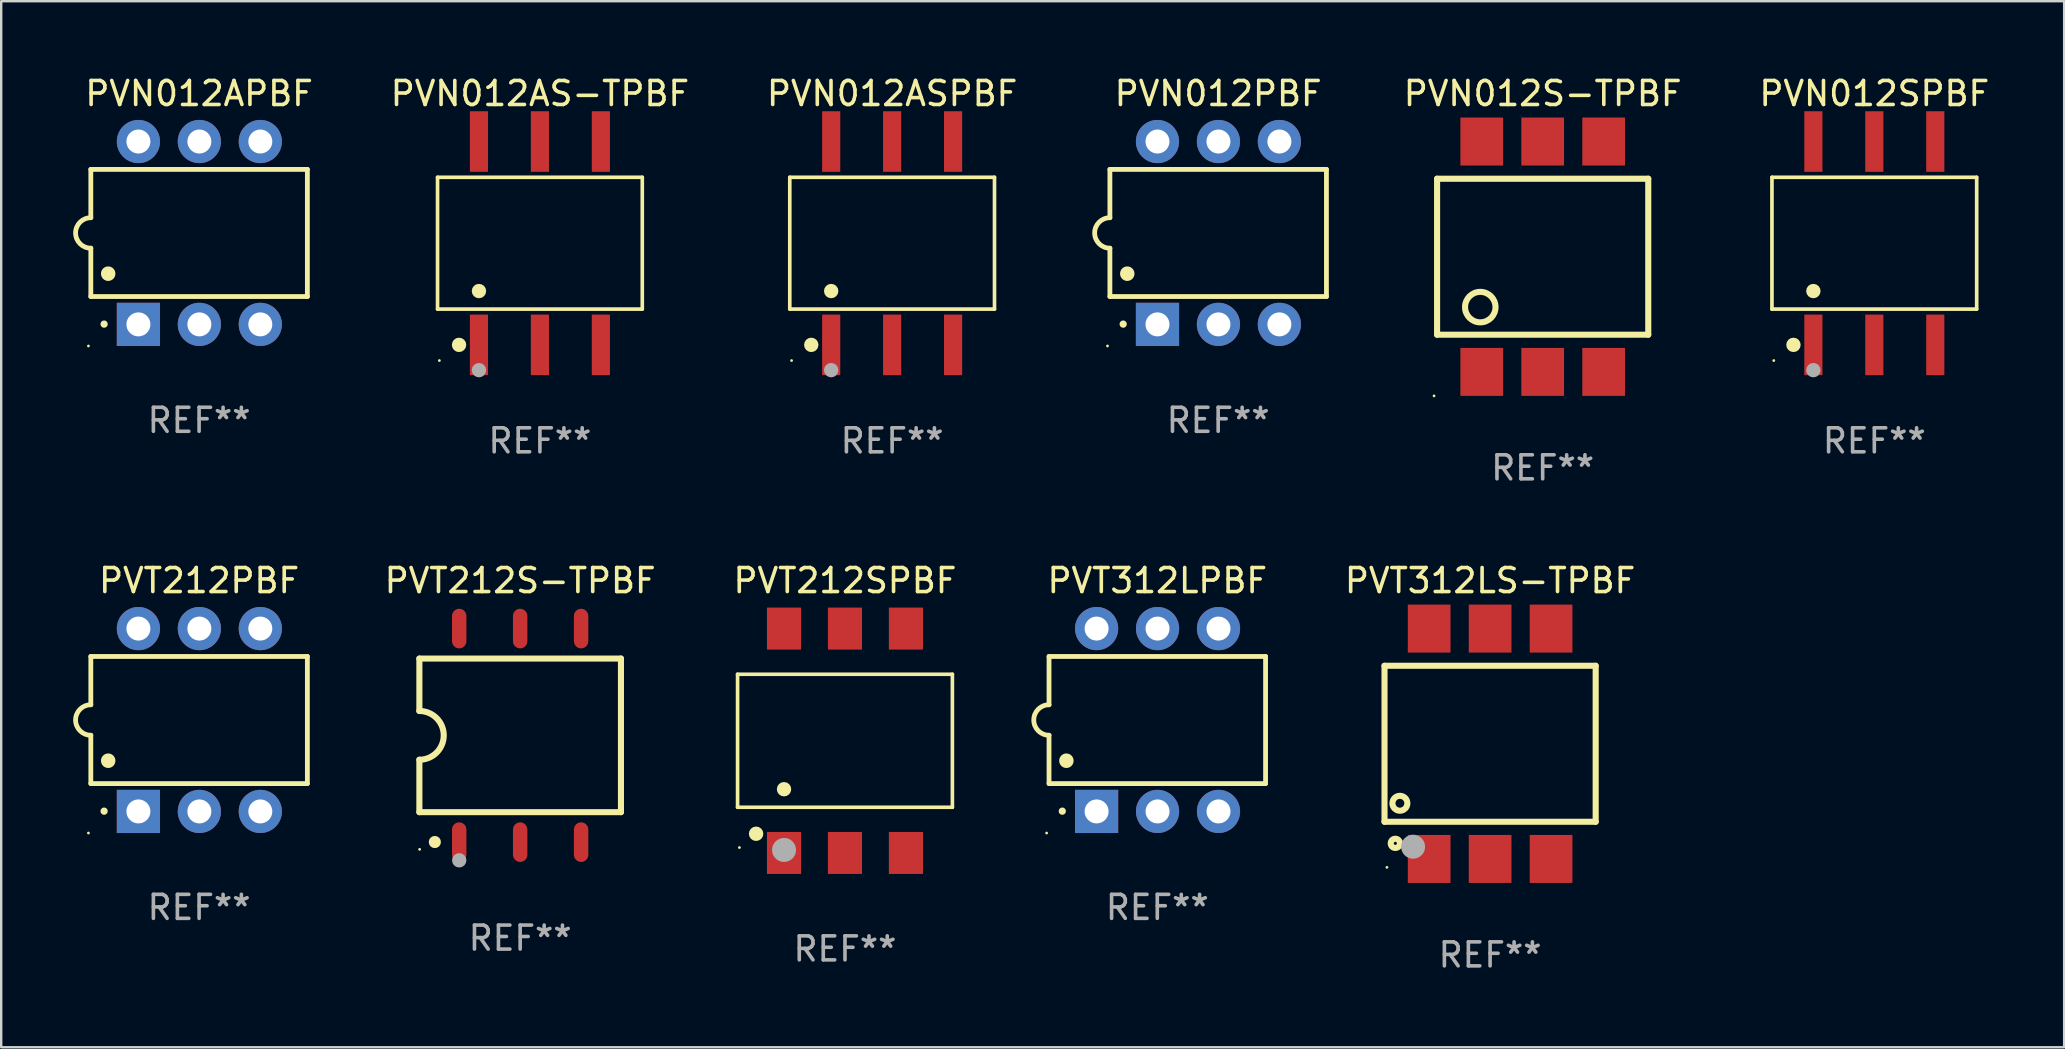
<source format=kicad_pcb>
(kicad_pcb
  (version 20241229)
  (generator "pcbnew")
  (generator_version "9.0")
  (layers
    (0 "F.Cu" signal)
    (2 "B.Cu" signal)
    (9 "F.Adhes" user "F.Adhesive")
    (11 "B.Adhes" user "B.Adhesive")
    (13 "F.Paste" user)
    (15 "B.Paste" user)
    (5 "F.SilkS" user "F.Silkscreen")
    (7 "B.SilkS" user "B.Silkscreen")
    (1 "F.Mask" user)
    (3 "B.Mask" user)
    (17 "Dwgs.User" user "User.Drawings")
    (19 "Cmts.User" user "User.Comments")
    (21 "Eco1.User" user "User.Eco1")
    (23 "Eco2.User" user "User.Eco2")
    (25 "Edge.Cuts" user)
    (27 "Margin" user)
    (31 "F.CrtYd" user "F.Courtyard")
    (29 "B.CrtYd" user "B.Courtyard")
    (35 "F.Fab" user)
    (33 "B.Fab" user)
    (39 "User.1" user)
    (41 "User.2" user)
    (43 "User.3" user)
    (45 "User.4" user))
  (footprint "PVN012PBF"
    (layer "F.Cu")
    (at 47.715 6.658)
    (property "Reference" "PVN012PBF" (at 0 -5.81 0) (layer "F.SilkS") (effects (font (size 1 1) (thickness 0.15))))
    (attr through_hole)
    (fp_line (start -4.512 -2.649) (end 4.512 -2.649) (stroke (width 0.2) (type solid)) (layer "F.SilkS"))
    (fp_line (start -4.512 -0.635) (end -4.512 -2.649) (stroke (width 0.2) (type solid)) (layer "F.SilkS"))
    (fp_line (start -4.512 2.649) (end -4.512 0.635) (stroke (width 0.2) (type solid)) (layer "F.SilkS"))
    (fp_line (start 4.512 -2.649) (end 4.512 2.649) (stroke (width 0.2) (type solid)) (layer "F.SilkS"))
    (fp_line (start 4.512 2.649) (end -4.512 2.649) (stroke (width 0.2) (type solid)) (layer "F.SilkS"))
    (fp_arc (start -4.512319 0.635001) (mid -5.14732 0) (end -4.512319 -0.635001) (stroke (width 0.2) (type solid)) (layer "F.SilkS"))
    (fp_arc (start -3.958598 3.799848) (mid -3.958603 3.798578) (end -3.958598 3.797308) (stroke (width 0.3) (type solid)) (layer "F.SilkS"))
    (fp_arc (start -3.788418 1.699263) (mid -3.788429 1.696723) (end -3.788418 1.694183) (stroke (width 0.6) (type solid)) (layer "F.SilkS"))
    (fp_circle (center -4.612 4.71) (end -4.582 4.71) (stroke (width 0.06) (type solid)) (fill no) (layer "F.SilkS"))
    (fp_text user "REF**" (at 0 7.81 0) (layer "F.Fab") (effects (font (size 1 1) (thickness 0.15))))
    (pad "1" thru_hole rect (at -2.529 3.81 90) (size 1.8 1.8) (drill 1) (layers "*.Cu" "*.Mask"))
    (pad "2" thru_hole circle (at 0.011 3.81) (size 1.8 1.8) (drill 1) (layers "*.Cu" "*.Mask"))
    (pad "3" thru_hole circle (at 2.551 3.81) (size 1.8 1.8) (drill 1) (layers "*.Cu" "*.Mask"))
    (pad "4" thru_hole circle (at 2.551 -3.81) (size 1.8 1.8) (drill 1) (layers "*.Cu" "*.Mask"))
    (pad "5" thru_hole circle (at 0.011 -3.81) (size 1.8 1.8) (drill 1) (layers "*.Cu" "*.Mask"))
    (pad "6" thru_hole circle (at -2.529 -3.81) (size 1.8 1.8) (drill 1) (layers "*.Cu" "*.Mask")))
  (footprint "PVT312LS-TPBF"
    (layer "F.Cu")
    (at 59.047 27.945)
    (property "Reference" "PVT312LS-TPBF" (at 0 -6.8 0) (layer "F.SilkS") (effects (font (size 1 1) (thickness 0.15))))
    (attr through_hole)
    (fp_line (start -4.4 -3.25) (end -4.4 3.25) (stroke (width 0.254) (type solid)) (layer "F.SilkS"))
    (fp_line (start -4.4 -3.25) (end 4.4 -3.25) (stroke (width 0.254) (type solid)) (layer "F.SilkS"))
    (fp_line (start 4.4 3.25) (end -4.4 3.25) (stroke (width 0.254) (type solid)) (layer "F.SilkS"))
    (fp_line (start 4.4 3.25) (end 4.4 -3.25) (stroke (width 0.254) (type solid)) (layer "F.SilkS"))
    (fp_circle (center -4.299 5.15) (end -4.269 5.15) (stroke (width 0.06) (type solid)) (fill no) (layer "F.SilkS"))
    (fp_circle (center -3.949 4.15) (end -3.757 4.15) (stroke (width 0.254) (type solid)) (fill no) (layer "F.SilkS"))
    (fp_circle (center -3.759 2.48) (end -3.448 2.48) (stroke (width 0.254) (type solid)) (fill no) (layer "F.SilkS"))
    (fp_circle (center -3.209 4.29) (end -2.959 4.29) (stroke (width 0.5) (type solid)) (fill no) (layer "F.Fab"))
    (fp_text user "REF**" (at 0 8.8 0) (layer "F.Fab") (effects (font (size 1 1) (thickness 0.15))))
    (pad "1" smd rect (at -2.539 4.8) (size 1.78 2) (layers "F.Cu" "F.Mask" "F.Paste"))
    (pad "2" smd rect (at 0.001 4.8) (size 1.78 2) (layers "F.Cu" "F.Mask" "F.Paste"))
    (pad "3" smd rect (at 2.541 4.8) (size 1.78 2) (layers "F.Cu" "F.Mask" "F.Paste"))
    (pad "4" smd rect (at 2.541 -4.8) (size 1.78 2) (layers "F.Cu" "F.Mask" "F.Paste"))
    (pad "5" smd rect (at 0.001 -4.8) (size 1.78 2) (layers "F.Cu" "F.Mask" "F.Paste"))
    (pad "6" smd rect (at -2.539 -4.8) (size 1.78 2) (layers "F.Cu" "F.Mask" "F.Paste")))
  (footprint "PVT212SPBF"
    (layer "F.Cu")
    (at 32.163 27.82)
    (property "Reference" "PVT212SPBF" (at 0 -6.675 0) (layer "F.SilkS") (effects (font (size 1 1) (thickness 0.15))))
    (attr through_hole)
    (fp_line (start -4.476 -2.771) (end 4.476 -2.771) (stroke (width 0.152) (type solid)) (layer "F.SilkS"))
    (fp_line (start -4.476 2.771) (end -4.476 -2.771) (stroke (width 0.152) (type solid)) (layer "F.SilkS"))
    (fp_line (start 4.476 -2.771) (end 4.476 2.771) (stroke (width 0.152) (type solid)) (layer "F.SilkS"))
    (fp_line (start 4.476 2.771) (end -4.476 2.771) (stroke (width 0.152) (type solid)) (layer "F.SilkS"))
    (fp_circle (center -4.4 4.45) (end -4.37 4.45) (stroke (width 0.06) (type solid)) (fill no) (layer "F.SilkS"))
    (fp_circle (center -3.704 3.875) (end -3.553 3.875) (stroke (width 0.3) (type solid)) (fill no) (layer "F.SilkS"))
    (fp_circle (center -2.54 2.019) (end -2.39 2.019) (stroke (width 0.3) (type solid)) (fill no) (layer "F.SilkS"))
    (fp_circle (center -2.54 4.55) (end -2.29 4.55) (stroke (width 0.5) (type solid)) (fill no) (layer "F.Fab"))
    (fp_text user "REF**" (at 0 8.675 0) (layer "F.Fab") (effects (font (size 1 1) (thickness 0.15))))
    (pad "1" smd rect (at -2.54 4.675) (size 1.422 1.75) (layers "F.Cu" "F.Mask" "F.Paste"))
    (pad "2" smd rect (at 0 4.675) (size 1.422 1.75) (layers "F.Cu" "F.Mask" "F.Paste"))
    (pad "3" smd rect (at 2.54 4.675) (size 1.422 1.75) (layers "F.Cu" "F.Mask" "F.Paste"))
    (pad "4" smd rect (at 2.54 -4.675) (size 1.422 1.75) (layers "F.Cu" "F.Mask" "F.Paste"))
    (pad "5" smd rect (at 0 -4.675) (size 1.422 1.75) (layers "F.Cu" "F.Mask" "F.Paste"))
    (pad "6" smd rect (at -2.54 -4.675) (size 1.422 1.75) (layers "F.Cu" "F.Mask" "F.Paste")))
  (footprint "PVN012SPBF"
    (layer "F.Cu")
    (at 75.059 7.085)
    (property "Reference" "PVN012SPBF" (at 0 -6.237 0) (layer "F.SilkS") (effects (font (size 1 1) (thickness 0.15))))
    (attr through_hole)
    (fp_line (start -4.266 -2.746) (end 4.266 -2.746) (stroke (width 0.152) (type solid)) (layer "F.SilkS"))
    (fp_line (start -4.266 2.746) (end -4.266 -2.746) (stroke (width 0.152) (type solid)) (layer "F.SilkS"))
    (fp_line (start 4.266 -2.746) (end 4.266 2.746) (stroke (width 0.152) (type solid)) (layer "F.SilkS"))
    (fp_line (start 4.266 2.746) (end -4.266 2.746) (stroke (width 0.152) (type solid)) (layer "F.SilkS"))
    (fp_circle (center -4.19 4.89) (end -4.16 4.89) (stroke (width 0.06) (type solid)) (fill no) (layer "F.SilkS"))
    (fp_circle (center -3.37 4.237) (end -3.22 4.237) (stroke (width 0.3) (type solid)) (fill no) (layer "F.SilkS"))
    (fp_circle (center -2.54 1.994) (end -2.39 1.994) (stroke (width 0.3) (type solid)) (fill no) (layer "F.SilkS"))
    (fp_circle (center -2.54 5.29) (end -2.39 5.29) (stroke (width 0.3) (type solid)) (fill no) (layer "F.Fab"))
    (fp_text user "REF**" (at 0 8.237 0) (layer "F.Fab") (effects (font (size 1 1) (thickness 0.15))))
    (pad "1" smd rect (at -2.54 4.237) (size 0.756 2.524) (layers "F.Cu" "F.Mask" "F.Paste"))
    (pad "2" smd rect (at 0 4.237) (size 0.756 2.524) (layers "F.Cu" "F.Mask" "F.Paste"))
    (pad "3" smd rect (at 2.54 4.237) (size 0.756 2.524) (layers "F.Cu" "F.Mask" "F.Paste"))
    (pad "4" smd rect (at 2.54 -4.237) (size 0.756 2.524) (layers "F.Cu" "F.Mask" "F.Paste"))
    (pad "5" smd rect (at 0 -4.237) (size 0.756 2.524) (layers "F.Cu" "F.Mask" "F.Paste"))
    (pad "6" smd rect (at -2.54 -4.237) (size 0.756 2.524) (layers "F.Cu" "F.Mask" "F.Paste")))
  (footprint "PVN012AS-TPBF"
    (layer "F.Cu")
    (at 19.45 7.085)
    (property "Reference" "PVN012AS-TPBF" (at 0 -6.237 0) (layer "F.SilkS") (effects (font (size 1 1) (thickness 0.15))))
    (attr through_hole)
    (fp_line (start -4.266 -2.746) (end 4.266 -2.746) (stroke (width 0.152) (type solid)) (layer "F.SilkS"))
    (fp_line (start -4.266 2.746) (end -4.266 -2.746) (stroke (width 0.152) (type solid)) (layer "F.SilkS"))
    (fp_line (start 4.266 -2.746) (end 4.266 2.746) (stroke (width 0.152) (type solid)) (layer "F.SilkS"))
    (fp_line (start 4.266 2.746) (end -4.266 2.746) (stroke (width 0.152) (type solid)) (layer "F.SilkS"))
    (fp_circle (center -4.19 4.89) (end -4.16 4.89) (stroke (width 0.06) (type solid)) (fill no) (layer "F.SilkS"))
    (fp_circle (center -3.37 4.237) (end -3.22 4.237) (stroke (width 0.3) (type solid)) (fill no) (layer "F.SilkS"))
    (fp_circle (center -2.54 1.994) (end -2.39 1.994) (stroke (width 0.3) (type solid)) (fill no) (layer "F.SilkS"))
    (fp_circle (center -2.54 5.29) (end -2.39 5.29) (stroke (width 0.3) (type solid)) (fill no) (layer "F.Fab"))
    (fp_text user "REF**" (at 0 8.237 0) (layer "F.Fab") (effects (font (size 1 1) (thickness 0.15))))
    (pad "1" smd rect (at -2.54 4.237) (size 0.756 2.524) (layers "F.Cu" "F.Mask" "F.Paste"))
    (pad "2" smd rect (at 0 4.237) (size 0.756 2.524) (layers "F.Cu" "F.Mask" "F.Paste"))
    (pad "3" smd rect (at 2.54 4.237) (size 0.756 2.524) (layers "F.Cu" "F.Mask" "F.Paste"))
    (pad "4" smd rect (at 2.54 -4.237) (size 0.756 2.524) (layers "F.Cu" "F.Mask" "F.Paste"))
    (pad "5" smd rect (at 0 -4.237) (size 0.756 2.524) (layers "F.Cu" "F.Mask" "F.Paste"))
    (pad "6" smd rect (at -2.54 -4.237) (size 0.756 2.524) (layers "F.Cu" "F.Mask" "F.Paste")))
  (footprint "PVN012S-TPBF"
    (layer "F.Cu")
    (at 61.238 7.648)
    (property "Reference" "PVN012S-TPBF" (at 0 -6.8 0) (layer "F.SilkS") (effects (font (size 1 1) (thickness 0.15))))
    (attr through_hole)
    (fp_line (start -4.4 -3.25) (end -4.4 3.25) (stroke (width 0.254) (type solid)) (layer "F.SilkS"))
    (fp_line (start -4.4 -3.25) (end 4.4 -3.25) (stroke (width 0.254) (type solid)) (layer "F.SilkS"))
    (fp_line (start 4.4 3.25) (end -4.4 3.25) (stroke (width 0.254) (type solid)) (layer "F.SilkS"))
    (fp_line (start 4.4 3.25) (end 4.4 -3.25) (stroke (width 0.254) (type solid)) (layer "F.SilkS"))
    (fp_circle (center -4.527 5.8) (end -4.497 5.8) (stroke (width 0.06) (type solid)) (fill no) (layer "F.SilkS"))
    (fp_circle (center -2.6 2.1) (end -1.965 2.1) (stroke (width 0.254) (type solid)) (fill no) (layer "F.SilkS"))
    (fp_text user "REF**" (at 0 8.8 0) (layer "F.Fab") (effects (font (size 1 1) (thickness 0.15))))
    (pad "1" smd rect (at -2.539 4.8) (size 1.78 2) (layers "F.Cu" "F.Mask" "F.Paste"))
    (pad "2" smd rect (at 0.001 4.8) (size 1.78 2) (layers "F.Cu" "F.Mask" "F.Paste"))
    (pad "3" smd rect (at 2.541 4.8) (size 1.78 2) (layers "F.Cu" "F.Mask" "F.Paste"))
    (pad "4" smd rect (at 2.541 -4.8) (size 1.78 2) (layers "F.Cu" "F.Mask" "F.Paste"))
    (pad "5" smd rect (at 0.001 -4.8) (size 1.78 2) (layers "F.Cu" "F.Mask" "F.Paste"))
    (pad "6" smd rect (at -2.539 -4.8) (size 1.78 2) (layers "F.Cu" "F.Mask" "F.Paste")))
  (footprint "PVT212PBF"
    (layer "F.Cu")
    (at 5.247 26.955)
    (property "Reference" "PVT212PBF" (at 0 -5.81 0) (layer "F.SilkS") (effects (font (size 1 1) (thickness 0.15))))
    (attr through_hole)
    (fp_line (start -4.512 -2.649) (end 4.512 -2.649) (stroke (width 0.2) (type solid)) (layer "F.SilkS"))
    (fp_line (start -4.512 -0.635) (end -4.512 -2.649) (stroke (width 0.2) (type solid)) (layer "F.SilkS"))
    (fp_line (start -4.512 2.649) (end -4.512 0.635) (stroke (width 0.2) (type solid)) (layer "F.SilkS"))
    (fp_line (start 4.512 -2.649) (end 4.512 2.649) (stroke (width 0.2) (type solid)) (layer "F.SilkS"))
    (fp_line (start 4.512 2.649) (end -4.512 2.649) (stroke (width 0.2) (type solid)) (layer "F.SilkS"))
    (fp_arc (start -4.512319 0.635001) (mid -5.14732 0) (end -4.512319 -0.635001) (stroke (width 0.2) (type solid)) (layer "F.SilkS"))
    (fp_arc (start -3.958598 3.799848) (mid -3.958603 3.798578) (end -3.958598 3.797308) (stroke (width 0.3) (type solid)) (layer "F.SilkS"))
    (fp_arc (start -3.788418 1.699263) (mid -3.788429 1.696723) (end -3.788418 1.694183) (stroke (width 0.6) (type solid)) (layer "F.SilkS"))
    (fp_circle (center -4.612 4.71) (end -4.582 4.71) (stroke (width 0.06) (type solid)) (fill no) (layer "F.SilkS"))
    (fp_text user "REF**" (at 0 7.81 0) (layer "F.Fab") (effects (font (size 1 1) (thickness 0.15))))
    (pad "1" thru_hole rect (at -2.529 3.81 90) (size 1.8 1.8) (drill 1) (layers "*.Cu" "*.Mask"))
    (pad "2" thru_hole circle (at 0.011 3.81) (size 1.8 1.8) (drill 1) (layers "*.Cu" "*.Mask"))
    (pad "3" thru_hole circle (at 2.551 3.81) (size 1.8 1.8) (drill 1) (layers "*.Cu" "*.Mask"))
    (pad "4" thru_hole circle (at 2.551 -3.81) (size 1.8 1.8) (drill 1) (layers "*.Cu" "*.Mask"))
    (pad "5" thru_hole circle (at 0.011 -3.81) (size 1.8 1.8) (drill 1) (layers "*.Cu" "*.Mask"))
    (pad "6" thru_hole circle (at -2.529 -3.81) (size 1.8 1.8) (drill 1) (layers "*.Cu" "*.Mask")))
  (footprint "PVN012APBF"
    (layer "F.Cu")
    (at 5.247 6.658)
    (property "Reference" "PVN012APBF" (at 0 -5.81 0) (layer "F.SilkS") (effects (font (size 1 1) (thickness 0.15))))
    (attr through_hole)
    (fp_line (start -4.512 -2.649) (end 4.512 -2.649) (stroke (width 0.2) (type solid)) (layer "F.SilkS"))
    (fp_line (start -4.512 -0.635) (end -4.512 -2.649) (stroke (width 0.2) (type solid)) (layer "F.SilkS"))
    (fp_line (start -4.512 2.649) (end -4.512 0.635) (stroke (width 0.2) (type solid)) (layer "F.SilkS"))
    (fp_line (start 4.512 -2.649) (end 4.512 2.649) (stroke (width 0.2) (type solid)) (layer "F.SilkS"))
    (fp_line (start 4.512 2.649) (end -4.512 2.649) (stroke (width 0.2) (type solid)) (layer "F.SilkS"))
    (fp_arc (start -4.512319 0.635001) (mid -5.14732 0) (end -4.512319 -0.635001) (stroke (width 0.2) (type solid)) (layer "F.SilkS"))
    (fp_arc (start -3.958598 3.799848) (mid -3.958603 3.798578) (end -3.958598 3.797308) (stroke (width 0.3) (type solid)) (layer "F.SilkS"))
    (fp_arc (start -3.788418 1.699263) (mid -3.788429 1.696723) (end -3.788418 1.694183) (stroke (width 0.6) (type solid)) (layer "F.SilkS"))
    (fp_circle (center -4.612 4.71) (end -4.582 4.71) (stroke (width 0.06) (type solid)) (fill no) (layer "F.SilkS"))
    (fp_text user "REF**" (at 0 7.81 0) (layer "F.Fab") (effects (font (size 1 1) (thickness 0.15))))
    (pad "1" thru_hole rect (at -2.529 3.81 90) (size 1.8 1.8) (drill 1) (layers "*.Cu" "*.Mask"))
    (pad "2" thru_hole circle (at 0.011 3.81) (size 1.8 1.8) (drill 1) (layers "*.Cu" "*.Mask"))
    (pad "3" thru_hole circle (at 2.551 3.81) (size 1.8 1.8) (drill 1) (layers "*.Cu" "*.Mask"))
    (pad "4" thru_hole circle (at 2.551 -3.81) (size 1.8 1.8) (drill 1) (layers "*.Cu" "*.Mask"))
    (pad "5" thru_hole circle (at 0.011 -3.81) (size 1.8 1.8) (drill 1) (layers "*.Cu" "*.Mask"))
    (pad "6" thru_hole circle (at -2.529 -3.81) (size 1.8 1.8) (drill 1) (layers "*.Cu" "*.Mask")))
  (footprint "PVT212S-TPBF"
    (layer "F.Cu")
    (at 18.627 27.595)
    (property "Reference" "PVT212S-TPBF" (at 0 -6.45 0) (layer "F.SilkS") (effects (font (size 1 1) (thickness 0.15))))
    (attr through_hole)
    (fp_line (start -4.2 -3.2) (end -4.2 -1.016) (stroke (width 0.254) (type solid)) (layer "F.SilkS"))
    (fp_line (start -4.2 -3.2) (end 4.2 -3.2) (stroke (width 0.254) (type solid)) (layer "F.SilkS"))
    (fp_line (start -4.2 3.2) (end -4.2 1.016) (stroke (width 0.254) (type solid)) (layer "F.SilkS"))
    (fp_line (start 4.2 -3.2) (end 4.2 3.2) (stroke (width 0.254) (type solid)) (layer "F.SilkS"))
    (fp_line (start 4.2 3.2) (end -4.2 3.2) (stroke (width 0.254) (type solid)) (layer "F.SilkS"))
    (fp_arc (start -4.201169 -1.016003) (mid -3.185166 -0.000585) (end -4.2 1.016002) (stroke (width 0.254001) (type solid)) (layer "F.SilkS"))
    (fp_circle (center -4.19 4.75) (end -4.16 4.75) (stroke (width 0.06) (type solid)) (fill no) (layer "F.SilkS"))
    (fp_circle (center -3.556 4.445) (end -3.429 4.445) (stroke (width 0.254) (type solid)) (fill no) (layer "F.SilkS"))
    (fp_circle (center -2.54 5.207) (end -2.39 5.207) (stroke (width 0.3) (type solid)) (fill no) (layer "F.Fab"))
    (fp_text user "REF**" (at 0 8.45 0) (layer "F.Fab") (effects (font (size 1 1) (thickness 0.15))))
    (pad "1" smd oval (at -2.54 4.45 90) (size 1.65 0.6) (layers "F.Cu" "F.Mask" "F.Paste"))
    (pad "2" smd oval (at 0 4.45 90) (size 1.65 0.6) (layers "F.Cu" "F.Mask" "F.Paste"))
    (pad "3" smd oval (at 2.54 4.45 90) (size 1.65 0.6) (layers "F.Cu" "F.Mask" "F.Paste"))
    (pad "4" smd oval (at 2.54 -4.45 90) (size 1.65 0.6) (layers "F.Cu" "F.Mask" "F.Paste"))
    (pad "5" smd oval (at 0 -4.45 90) (size 1.65 0.6) (layers "F.Cu" "F.Mask" "F.Paste"))
    (pad "6" smd oval (at -2.54 -4.45 90) (size 1.65 0.6) (layers "F.Cu" "F.Mask" "F.Paste")))
  (footprint "PVT312LPBF"
    (layer "F.Cu")
    (at 45.178 26.955)
    (property "Reference" "PVT312LPBF" (at 0 -5.81 0) (layer "F.SilkS") (effects (font (size 1 1) (thickness 0.15))))
    (attr through_hole)
    (fp_line (start -4.512 -2.649) (end 4.512 -2.649) (stroke (width 0.2) (type solid)) (layer "F.SilkS"))
    (fp_line (start -4.512 -0.635) (end -4.512 -2.649) (stroke (width 0.2) (type solid)) (layer "F.SilkS"))
    (fp_line (start -4.512 2.649) (end -4.512 0.635) (stroke (width 0.2) (type solid)) (layer "F.SilkS"))
    (fp_line (start 4.512 -2.649) (end 4.512 2.649) (stroke (width 0.2) (type solid)) (layer "F.SilkS"))
    (fp_line (start 4.512 2.649) (end -4.512 2.649) (stroke (width 0.2) (type solid)) (layer "F.SilkS"))
    (fp_arc (start -4.512319 0.635001) (mid -5.14732 0) (end -4.512319 -0.635001) (stroke (width 0.2) (type solid)) (layer "F.SilkS"))
    (fp_arc (start -3.958598 3.799848) (mid -3.958603 3.798578) (end -3.958598 3.797308) (stroke (width 0.3) (type solid)) (layer "F.SilkS"))
    (fp_arc (start -3.788418 1.699263) (mid -3.788429 1.696723) (end -3.788418 1.694183) (stroke (width 0.6) (type solid)) (layer "F.SilkS"))
    (fp_circle (center -4.612 4.71) (end -4.582 4.71) (stroke (width 0.06) (type solid)) (fill no) (layer "F.SilkS"))
    (fp_text user "REF**" (at 0 7.81 0) (layer "F.Fab") (effects (font (size 1 1) (thickness 0.15))))
    (pad "1" thru_hole rect (at -2.529 3.81 90) (size 1.8 1.8) (drill 1) (layers "*.Cu" "*.Mask"))
    (pad "2" thru_hole circle (at 0.011 3.81) (size 1.8 1.8) (drill 1) (layers "*.Cu" "*.Mask"))
    (pad "3" thru_hole circle (at 2.551 3.81) (size 1.8 1.8) (drill 1) (layers "*.Cu" "*.Mask"))
    (pad "4" thru_hole circle (at 2.551 -3.81) (size 1.8 1.8) (drill 1) (layers "*.Cu" "*.Mask"))
    (pad "5" thru_hole circle (at 0.011 -3.81) (size 1.8 1.8) (drill 1) (layers "*.Cu" "*.Mask"))
    (pad "6" thru_hole circle (at -2.529 -3.81) (size 1.8 1.8) (drill 1) (layers "*.Cu" "*.Mask")))
  (footprint "PVN012ASPBF"
    (layer "F.Cu")
    (at 34.128 7.085)
    (property "Reference" "PVN012ASPBF" (at 0 -6.237 0) (layer "F.SilkS") (effects (font (size 1 1) (thickness 0.15))))
    (attr through_hole)
    (fp_line (start -4.266 -2.746) (end 4.266 -2.746) (stroke (width 0.152) (type solid)) (layer "F.SilkS"))
    (fp_line (start -4.266 2.746) (end -4.266 -2.746) (stroke (width 0.152) (type solid)) (layer "F.SilkS"))
    (fp_line (start 4.266 -2.746) (end 4.266 2.746) (stroke (width 0.152) (type solid)) (layer "F.SilkS"))
    (fp_line (start 4.266 2.746) (end -4.266 2.746) (stroke (width 0.152) (type solid)) (layer "F.SilkS"))
    (fp_circle (center -4.19 4.89) (end -4.16 4.89) (stroke (width 0.06) (type solid)) (fill no) (layer "F.SilkS"))
    (fp_circle (center -3.37 4.237) (end -3.22 4.237) (stroke (width 0.3) (type solid)) (fill no) (layer "F.SilkS"))
    (fp_circle (center -2.54 1.994) (end -2.39 1.994) (stroke (width 0.3) (type solid)) (fill no) (layer "F.SilkS"))
    (fp_circle (center -2.54 5.29) (end -2.39 5.29) (stroke (width 0.3) (type solid)) (fill no) (layer "F.Fab"))
    (fp_text user "REF**" (at 0 8.237 0) (layer "F.Fab") (effects (font (size 1 1) (thickness 0.15))))
    (pad "1" smd rect (at -2.54 4.237) (size 0.756 2.524) (layers "F.Cu" "F.Mask" "F.Paste"))
    (pad "2" smd rect (at 0 4.237) (size 0.756 2.524) (layers "F.Cu" "F.Mask" "F.Paste"))
    (pad "3" smd rect (at 2.54 4.237) (size 0.756 2.524) (layers "F.Cu" "F.Mask" "F.Paste"))
    (pad "4" smd rect (at 2.54 -4.237) (size 0.756 2.524) (layers "F.Cu" "F.Mask" "F.Paste"))
    (pad "5" smd rect (at 0 -4.237) (size 0.756 2.524) (layers "F.Cu" "F.Mask" "F.Paste"))
    (pad "6" smd rect (at -2.54 -4.237) (size 0.756 2.524) (layers "F.Cu" "F.Mask" "F.Paste")))
  (gr_rect
    (start -3 -3)
    (end 82.97 40.593)
    (stroke (width 0.1) (type default))
    (fill no)
    (layer "Edge.Cuts")))
</source>
